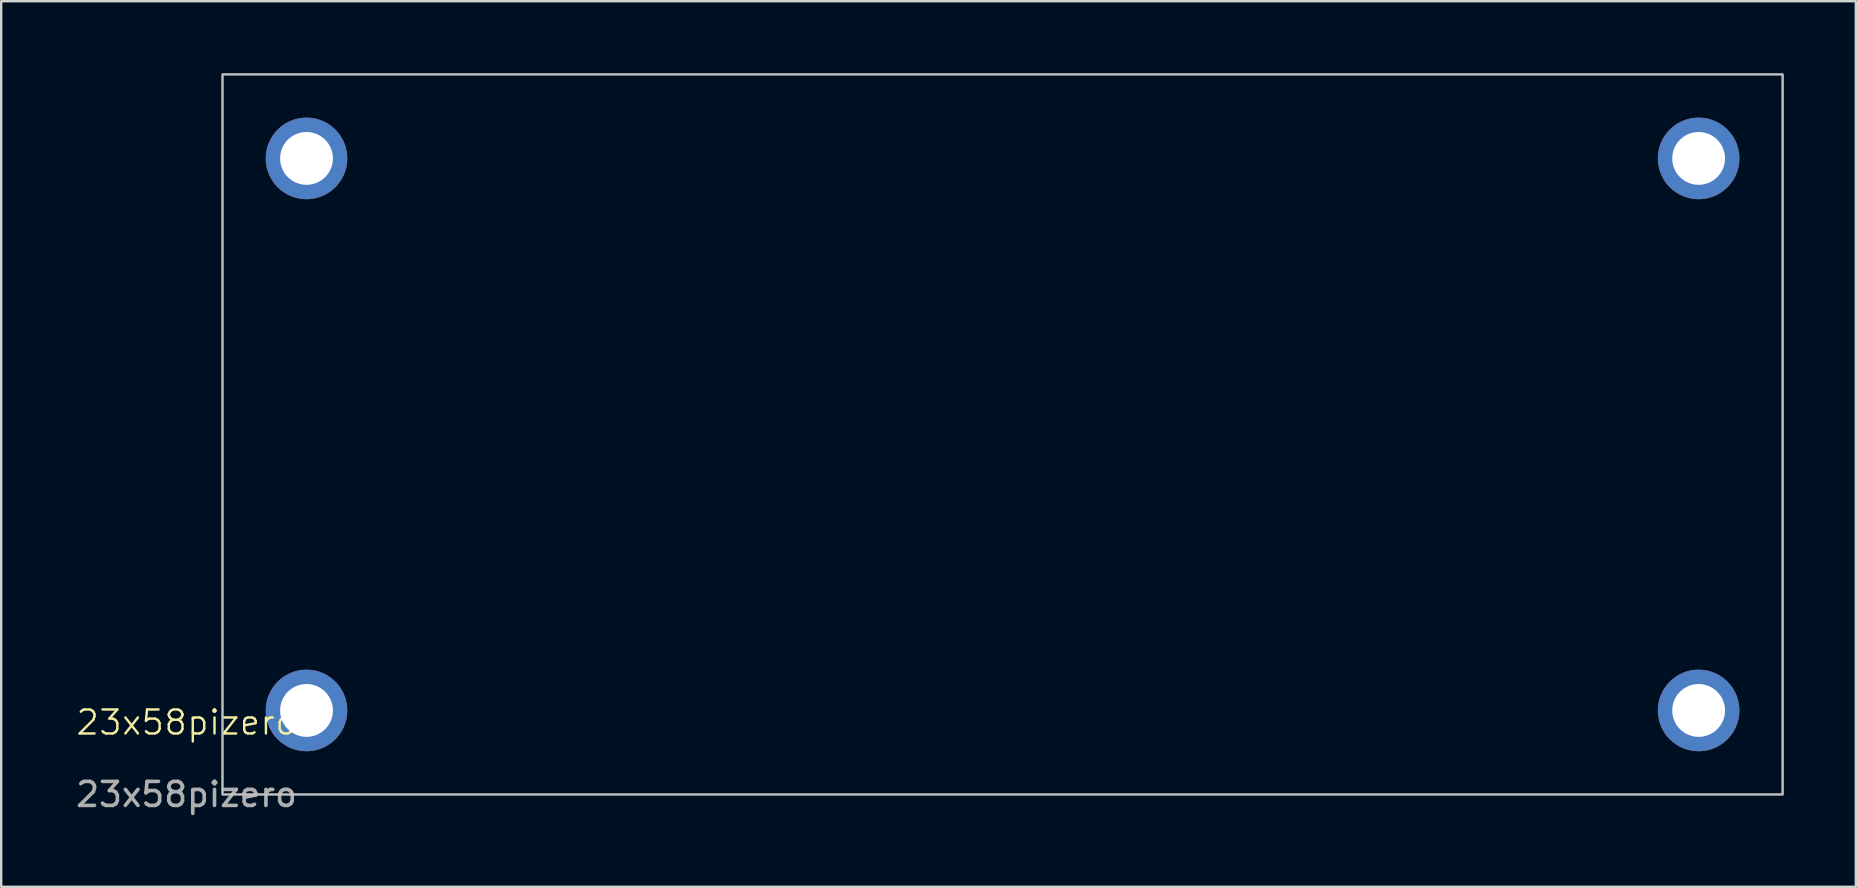
<source format=kicad_pcb>
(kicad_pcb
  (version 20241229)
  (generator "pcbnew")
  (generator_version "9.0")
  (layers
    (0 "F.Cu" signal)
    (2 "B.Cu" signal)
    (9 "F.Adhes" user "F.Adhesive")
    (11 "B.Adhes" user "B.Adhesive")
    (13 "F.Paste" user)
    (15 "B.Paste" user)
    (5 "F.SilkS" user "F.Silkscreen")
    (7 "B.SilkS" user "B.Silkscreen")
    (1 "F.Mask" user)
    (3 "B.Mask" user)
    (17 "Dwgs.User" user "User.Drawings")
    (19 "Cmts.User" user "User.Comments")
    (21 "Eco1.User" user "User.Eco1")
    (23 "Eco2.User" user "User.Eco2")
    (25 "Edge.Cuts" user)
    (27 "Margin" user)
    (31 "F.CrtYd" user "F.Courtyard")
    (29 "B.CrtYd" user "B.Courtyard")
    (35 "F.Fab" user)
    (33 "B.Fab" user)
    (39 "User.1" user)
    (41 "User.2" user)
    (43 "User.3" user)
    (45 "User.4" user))
  (footprint "23x58pizero"
    (layer "F.Cu")
    (at 4.72 27.55)
    (property "Reference" "23x58pizero" (at 0 -0.5 0) (unlocked yes) (layer "F.SilkS") (effects (font (size 1 1) (thickness 0.1))))
    (attr through_hole)
    (fp_rect (start 1.5 -27.5) (end 66.5 2.5) (stroke (width 0.1) (type default)) (fill no) (layer "Dwgs.User"))
    (fp_text user "${REFERENCE}" (at 0 2.5 0) (unlocked yes) (layer "F.Fab") (effects (font (size 1 1) (thickness 0.15))))
    (pad "1" thru_hole circle (at 5 -24 270) (size 3.4 3.4) (drill 2.2) (layers "*.Cu" "*.Mask"))
    (pad "1" thru_hole circle (at 5 -1 270) (size 3.4 3.4) (drill 2.2) (layers "*.Cu" "*.Mask"))
    (pad "1" thru_hole circle (at 63 -24 270) (size 3.4 3.4) (drill 2.2) (layers "*.Cu" "*.Mask"))
    (pad "1" thru_hole circle (at 63 -1 270) (size 3.4 3.4) (drill 2.2) (layers "*.Cu" "*.Mask")))
  (gr_rect
    (start -3 -3)
    (end 74.27 33.898)
    (stroke (width 0.1) (type default))
    (fill no)
    (layer "Edge.Cuts")))
</source>
